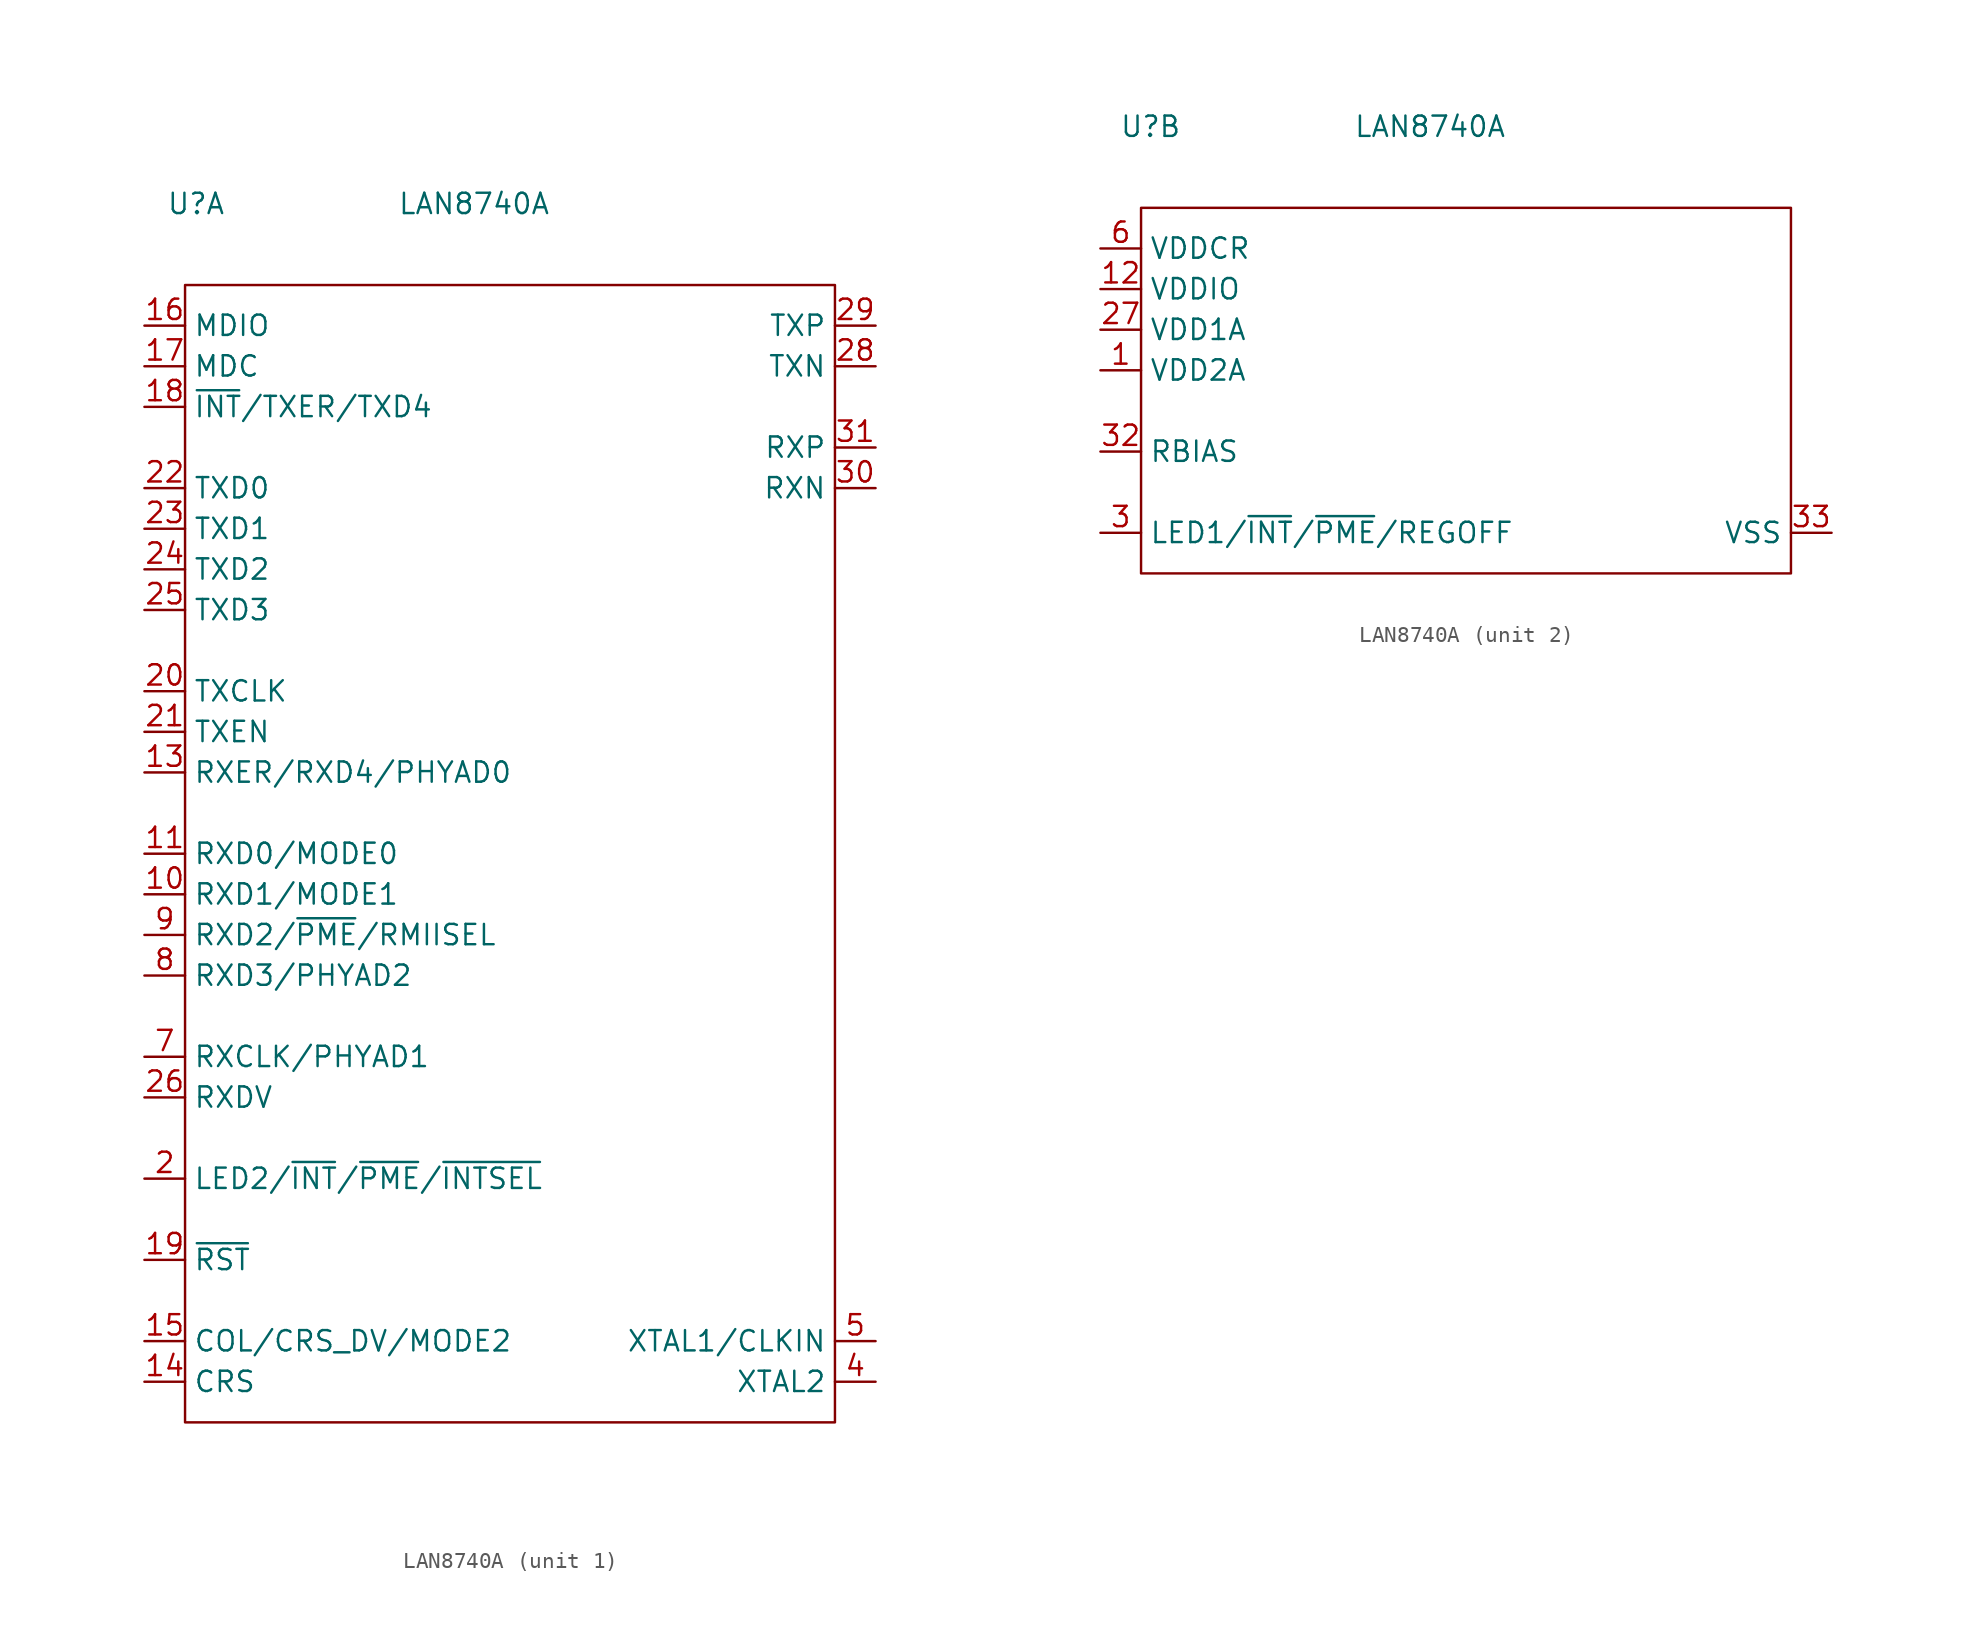
<source format=kicad_sym>
(kicad_symbol_lib
  (version 20220914)
  (generator kicad_symbol_editor)
  (symbol "LAN8740A"
    (property "Reference" "U"
      (at 2.54 5.08 0)
      (effects (font (size 1.27 1.27)) (justify right)))
    (property "Value" "LAN8740A"
      (at 22.86 5.08 0)
      (effects (font (size 1.27 1.27)) (justify right)))
    (symbol "LAN8740A_1_1"
      (rectangle (start 0 0) (end 40.64 -71.12) (stroke (width 0) (type default)) (fill (type none)))
      (pin bidirectional line (at -2.54 -38.1 0) (length 2.54) (name "RXD1/MODE1" (effects (font (size 1.27 1.27)))) (number "10" (effects (font (size 1.27 1.27)))))
      (pin bidirectional line (at -2.54 -35.56 0) (length 2.54) (name "RXD0/MODE0" (effects (font (size 1.27 1.27)))) (number "11" (effects (font (size 1.27 1.27)))))
      (pin bidirectional line (at -2.54 -30.48 0) (length 2.54) (name "RXER/RXD4/PHYAD0" (effects (font (size 1.27 1.27)))) (number "13" (effects (font (size 1.27 1.27)))))
      (pin output line (at -2.54 -68.58 0) (length 2.54) (name "CRS" (effects (font (size 1.27 1.27)))) (number "14" (effects (font (size 1.27 1.27)))))
      (pin bidirectional line (at -2.54 -66.04 0) (length 2.54) (name "COL/CRS_DV/MODE2" (effects (font (size 1.27 1.27)))) (number "15" (effects (font (size 1.27 1.27)))))
      (pin bidirectional line (at -2.54 -2.54 0) (length 2.54) (name "MDIO" (effects (font (size 1.27 1.27)))) (number "16" (effects (font (size 1.27 1.27)))))
      (pin input line (at -2.54 -5.08 0) (length 2.54) (name "MDC" (effects (font (size 1.27 1.27)))) (number "17" (effects (font (size 1.27 1.27)))))
      (pin bidirectional line (at -2.54 -7.62 0) (length 2.54) (name "~{INT}/TXER/TXD4" (effects (font (size 1.27 1.27)))) (number "18" (effects (font (size 1.27 1.27)))))
      (pin input line (at -2.54 -60.96 0) (length 2.54) (name "~{RST}" (effects (font (size 1.27 1.27)))) (number "19" (effects (font (size 1.27 1.27)))))
      (pin bidirectional line (at -2.54 -55.88 0) (length 2.54) (name "LED2/~{INT}/~{PME}/~{INTSEL}" (effects (font (size 1.27 1.27)))) (number "2" (effects (font (size 1.27 1.27)))))
      (pin output line (at -2.54 -25.4 0) (length 2.54) (name "TXCLK" (effects (font (size 1.27 1.27)))) (number "20" (effects (font (size 1.27 1.27)))))
      (pin input line (at -2.54 -27.94 0) (length 2.54) (name "TXEN" (effects (font (size 1.27 1.27)))) (number "21" (effects (font (size 1.27 1.27)))))
      (pin input line (at -2.54 -12.7 0) (length 2.54) (name "TXD0" (effects (font (size 1.27 1.27)))) (number "22" (effects (font (size 1.27 1.27)))))
      (pin input line (at -2.54 -15.24 0) (length 2.54) (name "TXD1" (effects (font (size 1.27 1.27)))) (number "23" (effects (font (size 1.27 1.27)))))
      (pin input line (at -2.54 -17.78 0) (length 2.54) (name "TXD2" (effects (font (size 1.27 1.27)))) (number "24" (effects (font (size 1.27 1.27)))))
      (pin input line (at -2.54 -20.32 0) (length 2.54) (name "TXD3" (effects (font (size 1.27 1.27)))) (number "25" (effects (font (size 1.27 1.27)))))
      (pin output line (at -2.54 -50.8 0) (length 2.54) (name "RXDV" (effects (font (size 1.27 1.27)))) (number "26" (effects (font (size 1.27 1.27)))))
      (pin bidirectional line (at 43.18 -5.08 180) (length 2.54) (name "TXN" (effects (font (size 1.27 1.27)))) (number "28" (effects (font (size 1.27 1.27)))))
      (pin bidirectional line (at 43.18 -2.54 180) (length 2.54) (name "TXP" (effects (font (size 1.27 1.27)))) (number "29" (effects (font (size 1.27 1.27)))))
      (pin bidirectional line (at 43.18 -12.7 180) (length 2.54) (name "RXN" (effects (font (size 1.27 1.27)))) (number "30" (effects (font (size 1.27 1.27)))))
      (pin bidirectional line (at 43.18 -10.16 180) (length 2.54) (name "RXP" (effects (font (size 1.27 1.27)))) (number "31" (effects (font (size 1.27 1.27)))))
      (pin output line (at 43.18 -68.58 180) (length 2.54) (name "XTAL2" (effects (font (size 1.27 1.27)))) (number "4" (effects (font (size 1.27 1.27)))))
      (pin input line (at 43.18 -66.04 180) (length 2.54) (name "XTAL1/CLKIN" (effects (font (size 1.27 1.27)))) (number "5" (effects (font (size 1.27 1.27)))))
      (pin bidirectional line (at -2.54 -48.26 0) (length 2.54) (name "RXCLK/PHYAD1" (effects (font (size 1.27 1.27)))) (number "7" (effects (font (size 1.27 1.27)))))
      (pin bidirectional line (at -2.54 -43.18 0) (length 2.54) (name "RXD3/PHYAD2" (effects (font (size 1.27 1.27)))) (number "8" (effects (font (size 1.27 1.27)))))
      (pin bidirectional line (at -2.54 -40.64 0) (length 2.54) (name "RXD2/~{PME}/RMIISEL" (effects (font (size 1.27 1.27)))) (number "9" (effects (font (size 1.27 1.27))))))
    (symbol "LAN8740A_2_1"
      (rectangle (start 0 0) (end 40.64 -22.86) (stroke (width 0) (type default)) (fill (type none)))
      (pin power_in line (at -2.54 -10.16 0) (length 2.54) (name "VDD2A" (effects (font (size 1.27 1.27)))) (number "1" (effects (font (size 1.27 1.27)))))
      (pin power_in line (at -2.54 -5.08 0) (length 2.54) (name "VDDIO" (effects (font (size 1.27 1.27)))) (number "12" (effects (font (size 1.27 1.27)))))
      (pin power_in line (at -2.54 -7.62 0) (length 2.54) (name "VDD1A" (effects (font (size 1.27 1.27)))) (number "27" (effects (font (size 1.27 1.27)))))
      (pin bidirectional line (at -2.54 -20.32 0) (length 2.54) (name "LED1/~{INT}/~{PME}/REGOFF" (effects (font (size 1.27 1.27)))) (number "3" (effects (font (size 1.27 1.27)))))
      (pin passive line (at -2.54 -15.24 0) (length 2.54) (name "RBIAS" (effects (font (size 1.27 1.27)))) (number "32" (effects (font (size 1.27 1.27)))))
      (pin power_in line (at 43.18 -20.32 180) (length 2.54) (name "VSS" (effects (font (size 1.27 1.27)))) (number "33" (effects (font (size 1.27 1.27)))))
      (pin power_in line (at -2.54 -2.54 0) (length 2.54) (name "VDDCR" (effects (font (size 1.27 1.27)))) (number "6" (effects (font (size 1.27 1.27))))))))
</source>
